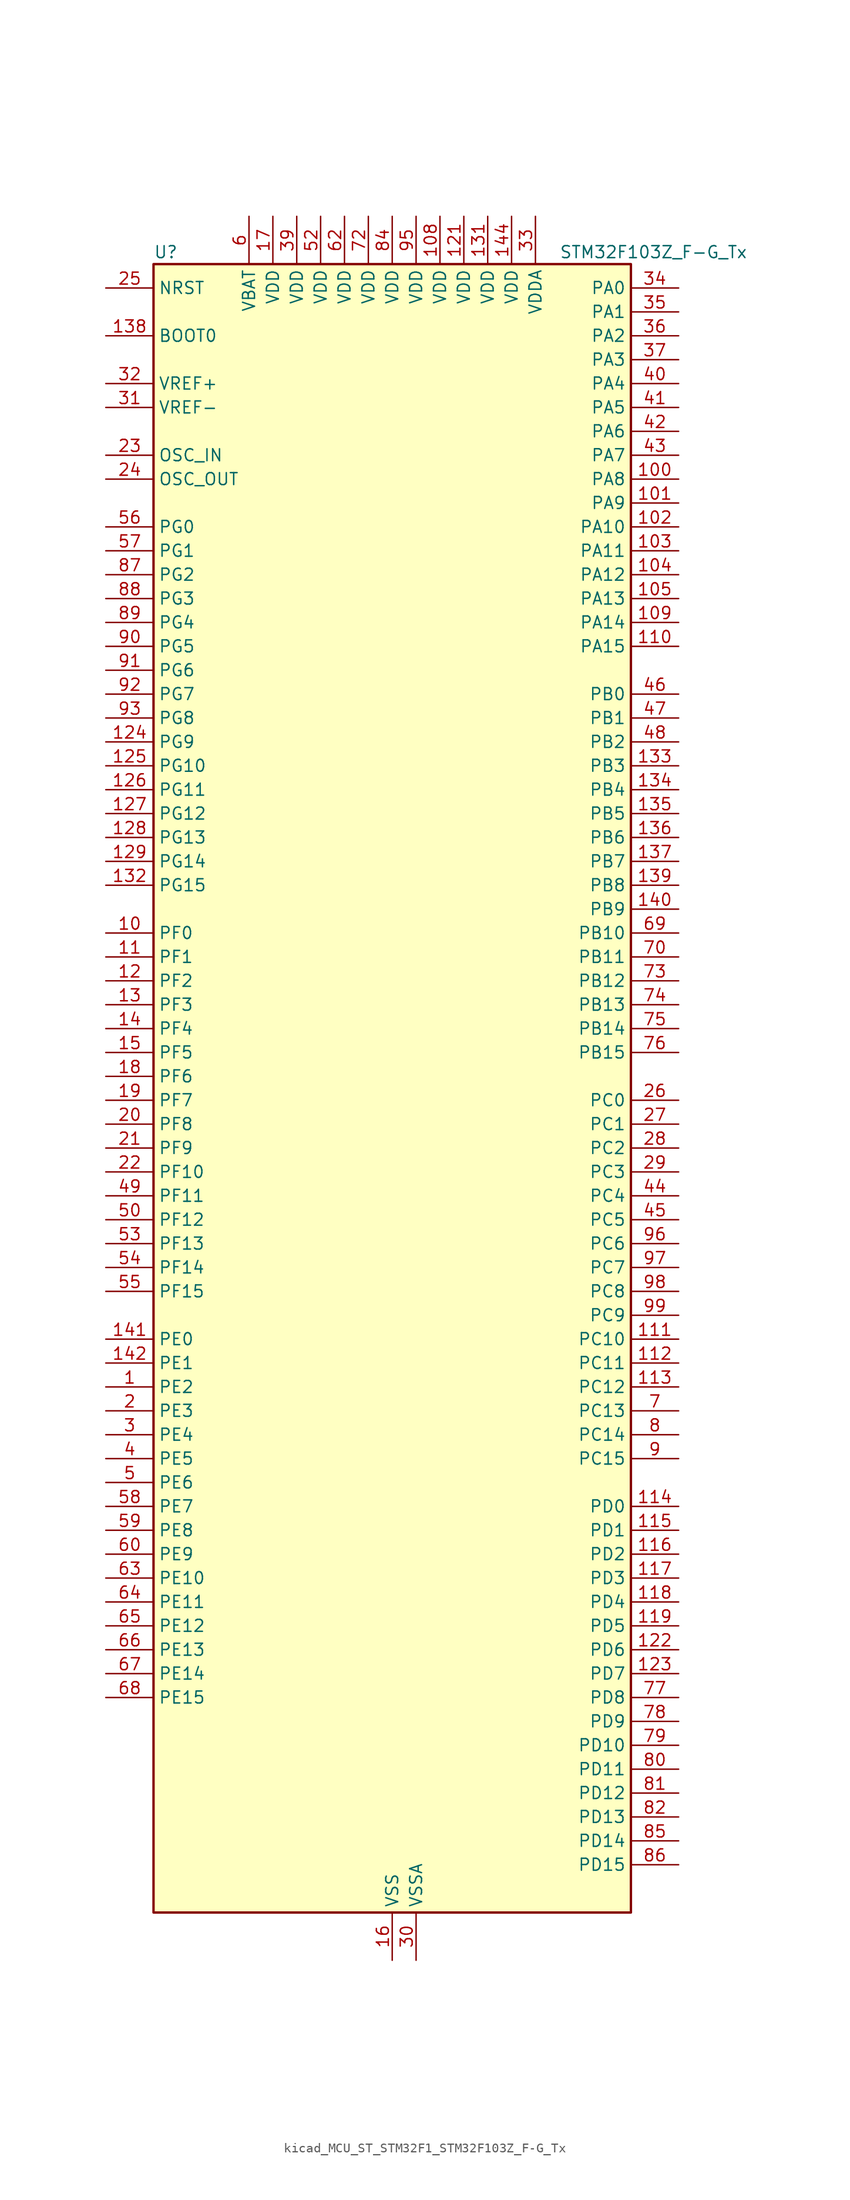
<source format=kicad_sym>
(kicad_symbol_lib
  (version 20220914)
  (generator kicad_symbol_editor)
  (symbol "kicad_MCU_ST_STM32F1_STM32F103Z_F-G_Tx"
    (property "Reference" "U"
      (at -25.4 90.17 0)
      (effects (font (size 1.27 1.27)) (justify left)))
    (property "Value" "STM32F103Z_F-G_Tx"
      (at 17.78 90.17 0)
      (effects (font (size 1.27 1.27)) (justify left)))
    (property "ki_locked" ""
      (at 0 0 0)
      (effects (font (size 1.27 1.27))))
    (symbol "kicad_MCU_ST_STM32F1_STM32F103Z_F-G_Tx_0_1"
      (rectangle (start -25.4 -86.36) (end 25.4 88.9) (stroke (width 0.254) (type default)) (fill (type background))))
    (symbol "kicad_MCU_ST_STM32F1_STM32F103Z_F-G_Tx_1_1"
      (pin bidirectional line (at -30.48 -30.48 0) (length 5.08) (name "PE2" (effects (font (size 1.27 1.27)))) (number "1" (effects (font (size 1.27 1.27)))) (alternate "FSMC_A23" bidirectional line) (alternate "SYS_TRACECLK" bidirectional line))
      (pin bidirectional line (at -30.48 17.78 0) (length 5.08) (name "PF0" (effects (font (size 1.27 1.27)))) (number "10" (effects (font (size 1.27 1.27)))) (alternate "FSMC_A0" bidirectional line))
      (pin bidirectional line (at 30.48 66.04 180) (length 5.08) (name "PA8" (effects (font (size 1.27 1.27)))) (number "100" (effects (font (size 1.27 1.27)))) (alternate "RCC_MCO" bidirectional line) (alternate "TIM1_CH1" bidirectional line) (alternate "USART1_CK" bidirectional line))
      (pin bidirectional line (at 30.48 63.5 180) (length 5.08) (name "PA9" (effects (font (size 1.27 1.27)))) (number "101" (effects (font (size 1.27 1.27)))) (alternate "DAC_EXTI9" bidirectional line) (alternate "TIM1_CH2" bidirectional line) (alternate "USART1_TX" bidirectional line))
      (pin bidirectional line (at 30.48 60.96 180) (length 5.08) (name "PA10" (effects (font (size 1.27 1.27)))) (number "102" (effects (font (size 1.27 1.27)))) (alternate "TIM1_CH3" bidirectional line) (alternate "USART1_RX" bidirectional line))
      (pin bidirectional line (at 30.48 58.42 180) (length 5.08) (name "PA11" (effects (font (size 1.27 1.27)))) (number "103" (effects (font (size 1.27 1.27)))) (alternate "ADC1_EXTI11" bidirectional line) (alternate "ADC2_EXTI11" bidirectional line) (alternate "CAN_RX" bidirectional line) (alternate "TIM1_CH4" bidirectional line) (alternate "USART1_CTS" bidirectional line) (alternate "USB_DM" bidirectional line))
      (pin bidirectional line (at 30.48 55.88 180) (length 5.08) (name "PA12" (effects (font (size 1.27 1.27)))) (number "104" (effects (font (size 1.27 1.27)))) (alternate "CAN_TX" bidirectional line) (alternate "TIM1_ETR" bidirectional line) (alternate "USART1_RTS" bidirectional line) (alternate "USB_DP" bidirectional line))
      (pin bidirectional line (at 30.48 53.34 180) (length 5.08) (name "PA13" (effects (font (size 1.27 1.27)))) (number "105" (effects (font (size 1.27 1.27)))) (alternate "SYS_JTMS-SWDIO" bidirectional line))
      (pin no_connect line (at -25.4 -86.36 0) (length 5.08) hide (name "NC" (effects (font (size 1.27 1.27)))) (number "106" (effects (font (size 1.27 1.27)))))
      (pin passive line (at 0 -91.44 90) (length 5.08) hide (name "VSS" (effects (font (size 1.27 1.27)))) (number "107" (effects (font (size 1.27 1.27)))))
      (pin power_in line (at 5.08 93.98 270) (length 5.08) (name "VDD" (effects (font (size 1.27 1.27)))) (number "108" (effects (font (size 1.27 1.27)))))
      (pin bidirectional line (at 30.48 50.8 180) (length 5.08) (name "PA14" (effects (font (size 1.27 1.27)))) (number "109" (effects (font (size 1.27 1.27)))) (alternate "SYS_JTCK-SWCLK" bidirectional line))
      (pin bidirectional line (at -30.48 15.24 0) (length 5.08) (name "PF1" (effects (font (size 1.27 1.27)))) (number "11" (effects (font (size 1.27 1.27)))) (alternate "FSMC_A1" bidirectional line))
      (pin bidirectional line (at 30.48 48.26 180) (length 5.08) (name "PA15" (effects (font (size 1.27 1.27)))) (number "110" (effects (font (size 1.27 1.27)))) (alternate "ADC1_EXTI15" bidirectional line) (alternate "ADC2_EXTI15" bidirectional line) (alternate "I2S3_WS" bidirectional line) (alternate "SPI1_NSS" bidirectional line) (alternate "SPI3_NSS" bidirectional line) (alternate "SYS_JTDI" bidirectional line) (alternate "TIM2_CH1" bidirectional line) (alternate "TIM2_ETR" bidirectional line))
      (pin bidirectional line (at 30.48 -25.4 180) (length 5.08) (name "PC10" (effects (font (size 1.27 1.27)))) (number "111" (effects (font (size 1.27 1.27)))) (alternate "SDIO_D2" bidirectional line) (alternate "UART4_TX" bidirectional line) (alternate "USART3_TX" bidirectional line))
      (pin bidirectional line (at 30.48 -27.94 180) (length 5.08) (name "PC11" (effects (font (size 1.27 1.27)))) (number "112" (effects (font (size 1.27 1.27)))) (alternate "ADC1_EXTI11" bidirectional line) (alternate "ADC2_EXTI11" bidirectional line) (alternate "SDIO_D3" bidirectional line) (alternate "UART4_RX" bidirectional line) (alternate "USART3_RX" bidirectional line))
      (pin bidirectional line (at 30.48 -30.48 180) (length 5.08) (name "PC12" (effects (font (size 1.27 1.27)))) (number "113" (effects (font (size 1.27 1.27)))) (alternate "SDIO_CK" bidirectional line) (alternate "UART5_TX" bidirectional line) (alternate "USART3_CK" bidirectional line))
      (pin bidirectional line (at 30.48 -43.18 180) (length 5.08) (name "PD0" (effects (font (size 1.27 1.27)))) (number "114" (effects (font (size 1.27 1.27)))) (alternate "CAN_RX" bidirectional line) (alternate "FSMC_D2" bidirectional line) (alternate "FSMC_DA2" bidirectional line))
      (pin bidirectional line (at 30.48 -45.72 180) (length 5.08) (name "PD1" (effects (font (size 1.27 1.27)))) (number "115" (effects (font (size 1.27 1.27)))) (alternate "CAN_TX" bidirectional line) (alternate "FSMC_D3" bidirectional line) (alternate "FSMC_DA3" bidirectional line))
      (pin bidirectional line (at 30.48 -48.26 180) (length 5.08) (name "PD2" (effects (font (size 1.27 1.27)))) (number "116" (effects (font (size 1.27 1.27)))) (alternate "SDIO_CMD" bidirectional line) (alternate "TIM3_ETR" bidirectional line) (alternate "UART5_RX" bidirectional line))
      (pin bidirectional line (at 30.48 -50.8 180) (length 5.08) (name "PD3" (effects (font (size 1.27 1.27)))) (number "117" (effects (font (size 1.27 1.27)))) (alternate "FSMC_CLK" bidirectional line) (alternate "USART2_CTS" bidirectional line))
      (pin bidirectional line (at 30.48 -53.34 180) (length 5.08) (name "PD4" (effects (font (size 1.27 1.27)))) (number "118" (effects (font (size 1.27 1.27)))) (alternate "FSMC_NOE" bidirectional line) (alternate "USART2_RTS" bidirectional line))
      (pin bidirectional line (at 30.48 -55.88 180) (length 5.08) (name "PD5" (effects (font (size 1.27 1.27)))) (number "119" (effects (font (size 1.27 1.27)))) (alternate "FSMC_NWE" bidirectional line) (alternate "USART2_TX" bidirectional line))
      (pin bidirectional line (at -30.48 12.7 0) (length 5.08) (name "PF2" (effects (font (size 1.27 1.27)))) (number "12" (effects (font (size 1.27 1.27)))) (alternate "FSMC_A2" bidirectional line))
      (pin passive line (at 0 -91.44 90) (length 5.08) hide (name "VSS" (effects (font (size 1.27 1.27)))) (number "120" (effects (font (size 1.27 1.27)))))
      (pin power_in line (at 7.62 93.98 270) (length 5.08) (name "VDD" (effects (font (size 1.27 1.27)))) (number "121" (effects (font (size 1.27 1.27)))))
      (pin bidirectional line (at 30.48 -58.42 180) (length 5.08) (name "PD6" (effects (font (size 1.27 1.27)))) (number "122" (effects (font (size 1.27 1.27)))) (alternate "FSMC_NWAIT" bidirectional line) (alternate "USART2_RX" bidirectional line))
      (pin bidirectional line (at 30.48 -60.96 180) (length 5.08) (name "PD7" (effects (font (size 1.27 1.27)))) (number "123" (effects (font (size 1.27 1.27)))) (alternate "FSMC_NCE2" bidirectional line) (alternate "FSMC_NE1" bidirectional line) (alternate "USART2_CK" bidirectional line))
      (pin bidirectional line (at -30.48 38.1 0) (length 5.08) (name "PG9" (effects (font (size 1.27 1.27)))) (number "124" (effects (font (size 1.27 1.27)))) (alternate "DAC_EXTI9" bidirectional line) (alternate "FSMC_NCE3" bidirectional line) (alternate "FSMC_NE2" bidirectional line))
      (pin bidirectional line (at -30.48 35.56 0) (length 5.08) (name "PG10" (effects (font (size 1.27 1.27)))) (number "125" (effects (font (size 1.27 1.27)))) (alternate "FSMC_NCE4_1" bidirectional line) (alternate "FSMC_NE3" bidirectional line))
      (pin bidirectional line (at -30.48 33.02 0) (length 5.08) (name "PG11" (effects (font (size 1.27 1.27)))) (number "126" (effects (font (size 1.27 1.27)))) (alternate "ADC1_EXTI11" bidirectional line) (alternate "ADC2_EXTI11" bidirectional line) (alternate "FSMC_NCE4_2" bidirectional line))
      (pin bidirectional line (at -30.48 30.48 0) (length 5.08) (name "PG12" (effects (font (size 1.27 1.27)))) (number "127" (effects (font (size 1.27 1.27)))) (alternate "FSMC_NE4" bidirectional line))
      (pin bidirectional line (at -30.48 27.94 0) (length 5.08) (name "PG13" (effects (font (size 1.27 1.27)))) (number "128" (effects (font (size 1.27 1.27)))) (alternate "FSMC_A24" bidirectional line))
      (pin bidirectional line (at -30.48 25.4 0) (length 5.08) (name "PG14" (effects (font (size 1.27 1.27)))) (number "129" (effects (font (size 1.27 1.27)))) (alternate "FSMC_A25" bidirectional line))
      (pin bidirectional line (at -30.48 10.16 0) (length 5.08) (name "PF3" (effects (font (size 1.27 1.27)))) (number "13" (effects (font (size 1.27 1.27)))) (alternate "FSMC_A3" bidirectional line))
      (pin passive line (at 0 -91.44 90) (length 5.08) hide (name "VSS" (effects (font (size 1.27 1.27)))) (number "130" (effects (font (size 1.27 1.27)))))
      (pin power_in line (at 10.16 93.98 270) (length 5.08) (name "VDD" (effects (font (size 1.27 1.27)))) (number "131" (effects (font (size 1.27 1.27)))))
      (pin bidirectional line (at -30.48 22.86 0) (length 5.08) (name "PG15" (effects (font (size 1.27 1.27)))) (number "132" (effects (font (size 1.27 1.27)))) (alternate "ADC1_EXTI15" bidirectional line) (alternate "ADC2_EXTI15" bidirectional line))
      (pin bidirectional line (at 30.48 35.56 180) (length 5.08) (name "PB3" (effects (font (size 1.27 1.27)))) (number "133" (effects (font (size 1.27 1.27)))) (alternate "I2S3_CK" bidirectional line) (alternate "SPI1_SCK" bidirectional line) (alternate "SPI3_SCK" bidirectional line) (alternate "SYS_JTDO-TRACESWO" bidirectional line) (alternate "TIM2_CH2" bidirectional line))
      (pin bidirectional line (at 30.48 33.02 180) (length 5.08) (name "PB4" (effects (font (size 1.27 1.27)))) (number "134" (effects (font (size 1.27 1.27)))) (alternate "SPI1_MISO" bidirectional line) (alternate "SPI3_MISO" bidirectional line) (alternate "SYS_NJTRST" bidirectional line) (alternate "TIM3_CH1" bidirectional line))
      (pin bidirectional line (at 30.48 30.48 180) (length 5.08) (name "PB5" (effects (font (size 1.27 1.27)))) (number "135" (effects (font (size 1.27 1.27)))) (alternate "I2C1_SMBA" bidirectional line) (alternate "I2S3_SD" bidirectional line) (alternate "SPI1_MOSI" bidirectional line) (alternate "SPI3_MOSI" bidirectional line) (alternate "TIM3_CH2" bidirectional line))
      (pin bidirectional line (at 30.48 27.94 180) (length 5.08) (name "PB6" (effects (font (size 1.27 1.27)))) (number "136" (effects (font (size 1.27 1.27)))) (alternate "I2C1_SCL" bidirectional line) (alternate "TIM4_CH1" bidirectional line) (alternate "USART1_TX" bidirectional line))
      (pin bidirectional line (at 30.48 25.4 180) (length 5.08) (name "PB7" (effects (font (size 1.27 1.27)))) (number "137" (effects (font (size 1.27 1.27)))) (alternate "FSMC_NL" bidirectional line) (alternate "I2C1_SDA" bidirectional line) (alternate "TIM4_CH2" bidirectional line) (alternate "USART1_RX" bidirectional line))
      (pin input line (at -30.48 81.28 0) (length 5.08) (name "BOOT0" (effects (font (size 1.27 1.27)))) (number "138" (effects (font (size 1.27 1.27)))))
      (pin bidirectional line (at 30.48 22.86 180) (length 5.08) (name "PB8" (effects (font (size 1.27 1.27)))) (number "139" (effects (font (size 1.27 1.27)))) (alternate "CAN_RX" bidirectional line) (alternate "I2C1_SCL" bidirectional line) (alternate "SDIO_D4" bidirectional line) (alternate "TIM10_CH1" bidirectional line) (alternate "TIM4_CH3" bidirectional line))
      (pin bidirectional line (at -30.48 7.62 0) (length 5.08) (name "PF4" (effects (font (size 1.27 1.27)))) (number "14" (effects (font (size 1.27 1.27)))) (alternate "FSMC_A4" bidirectional line))
      (pin bidirectional line (at 30.48 20.32 180) (length 5.08) (name "PB9" (effects (font (size 1.27 1.27)))) (number "140" (effects (font (size 1.27 1.27)))) (alternate "CAN_TX" bidirectional line) (alternate "DAC_EXTI9" bidirectional line) (alternate "I2C1_SDA" bidirectional line) (alternate "SDIO_D5" bidirectional line) (alternate "TIM11_CH1" bidirectional line) (alternate "TIM4_CH4" bidirectional line))
      (pin bidirectional line (at -30.48 -25.4 0) (length 5.08) (name "PE0" (effects (font (size 1.27 1.27)))) (number "141" (effects (font (size 1.27 1.27)))) (alternate "FSMC_NBL0" bidirectional line) (alternate "TIM4_ETR" bidirectional line))
      (pin bidirectional line (at -30.48 -27.94 0) (length 5.08) (name "PE1" (effects (font (size 1.27 1.27)))) (number "142" (effects (font (size 1.27 1.27)))) (alternate "FSMC_NBL1" bidirectional line))
      (pin passive line (at 0 -91.44 90) (length 5.08) hide (name "VSS" (effects (font (size 1.27 1.27)))) (number "143" (effects (font (size 1.27 1.27)))))
      (pin power_in line (at 12.7 93.98 270) (length 5.08) (name "VDD" (effects (font (size 1.27 1.27)))) (number "144" (effects (font (size 1.27 1.27)))))
      (pin bidirectional line (at -30.48 5.08 0) (length 5.08) (name "PF5" (effects (font (size 1.27 1.27)))) (number "15" (effects (font (size 1.27 1.27)))) (alternate "FSMC_A5" bidirectional line))
      (pin power_in line (at 0 -91.44 90) (length 5.08) (name "VSS" (effects (font (size 1.27 1.27)))) (number "16" (effects (font (size 1.27 1.27)))))
      (pin power_in line (at -12.7 93.98 270) (length 5.08) (name "VDD" (effects (font (size 1.27 1.27)))) (number "17" (effects (font (size 1.27 1.27)))))
      (pin bidirectional line (at -30.48 2.54 0) (length 5.08) (name "PF6" (effects (font (size 1.27 1.27)))) (number "18" (effects (font (size 1.27 1.27)))) (alternate "ADC3_IN4" bidirectional line) (alternate "FSMC_NIORD" bidirectional line) (alternate "TIM10_CH1" bidirectional line))
      (pin bidirectional line (at -30.48 0 0) (length 5.08) (name "PF7" (effects (font (size 1.27 1.27)))) (number "19" (effects (font (size 1.27 1.27)))) (alternate "ADC3_IN5" bidirectional line) (alternate "FSMC_NREG" bidirectional line) (alternate "TIM11_CH1" bidirectional line))
      (pin bidirectional line (at -30.48 -33.02 0) (length 5.08) (name "PE3" (effects (font (size 1.27 1.27)))) (number "2" (effects (font (size 1.27 1.27)))) (alternate "FSMC_A19" bidirectional line) (alternate "SYS_TRACED0" bidirectional line))
      (pin bidirectional line (at -30.48 -2.54 0) (length 5.08) (name "PF8" (effects (font (size 1.27 1.27)))) (number "20" (effects (font (size 1.27 1.27)))) (alternate "ADC3_IN6" bidirectional line) (alternate "FSMC_NIOWR" bidirectional line) (alternate "TIM13_CH1" bidirectional line))
      (pin bidirectional line (at -30.48 -5.08 0) (length 5.08) (name "PF9" (effects (font (size 1.27 1.27)))) (number "21" (effects (font (size 1.27 1.27)))) (alternate "ADC3_IN7" bidirectional line) (alternate "DAC_EXTI9" bidirectional line) (alternate "FSMC_CD" bidirectional line) (alternate "TIM14_CH1" bidirectional line))
      (pin bidirectional line (at -30.48 -7.62 0) (length 5.08) (name "PF10" (effects (font (size 1.27 1.27)))) (number "22" (effects (font (size 1.27 1.27)))) (alternate "ADC3_IN8" bidirectional line) (alternate "FSMC_INTR" bidirectional line))
      (pin input line (at -30.48 68.58 0) (length 5.08) (name "OSC_IN" (effects (font (size 1.27 1.27)))) (number "23" (effects (font (size 1.27 1.27)))) (alternate "RCC_OSC_IN" bidirectional line))
      (pin input line (at -30.48 66.04 0) (length 5.08) (name "OSC_OUT" (effects (font (size 1.27 1.27)))) (number "24" (effects (font (size 1.27 1.27)))) (alternate "RCC_OSC_OUT" bidirectional line))
      (pin input line (at -30.48 86.36 0) (length 5.08) (name "NRST" (effects (font (size 1.27 1.27)))) (number "25" (effects (font (size 1.27 1.27)))))
      (pin bidirectional line (at 30.48 0 180) (length 5.08) (name "PC0" (effects (font (size 1.27 1.27)))) (number "26" (effects (font (size 1.27 1.27)))) (alternate "ADC1_IN10" bidirectional line) (alternate "ADC2_IN10" bidirectional line) (alternate "ADC3_IN10" bidirectional line))
      (pin bidirectional line (at 30.48 -2.54 180) (length 5.08) (name "PC1" (effects (font (size 1.27 1.27)))) (number "27" (effects (font (size 1.27 1.27)))) (alternate "ADC1_IN11" bidirectional line) (alternate "ADC2_IN11" bidirectional line) (alternate "ADC3_IN11" bidirectional line))
      (pin bidirectional line (at 30.48 -5.08 180) (length 5.08) (name "PC2" (effects (font (size 1.27 1.27)))) (number "28" (effects (font (size 1.27 1.27)))) (alternate "ADC1_IN12" bidirectional line) (alternate "ADC2_IN12" bidirectional line) (alternate "ADC3_IN12" bidirectional line))
      (pin bidirectional line (at 30.48 -7.62 180) (length 5.08) (name "PC3" (effects (font (size 1.27 1.27)))) (number "29" (effects (font (size 1.27 1.27)))) (alternate "ADC1_IN13" bidirectional line) (alternate "ADC2_IN13" bidirectional line) (alternate "ADC3_IN13" bidirectional line))
      (pin bidirectional line (at -30.48 -35.56 0) (length 5.08) (name "PE4" (effects (font (size 1.27 1.27)))) (number "3" (effects (font (size 1.27 1.27)))) (alternate "FSMC_A20" bidirectional line) (alternate "SYS_TRACED1" bidirectional line))
      (pin power_in line (at 2.54 -91.44 90) (length 5.08) (name "VSSA" (effects (font (size 1.27 1.27)))) (number "30" (effects (font (size 1.27 1.27)))))
      (pin input line (at -30.48 73.66 0) (length 5.08) (name "VREF-" (effects (font (size 1.27 1.27)))) (number "31" (effects (font (size 1.27 1.27)))))
      (pin input line (at -30.48 76.2 0) (length 5.08) (name "VREF+" (effects (font (size 1.27 1.27)))) (number "32" (effects (font (size 1.27 1.27)))))
      (pin power_in line (at 15.24 93.98 270) (length 5.08) (name "VDDA" (effects (font (size 1.27 1.27)))) (number "33" (effects (font (size 1.27 1.27)))))
      (pin bidirectional line (at 30.48 86.36 180) (length 5.08) (name "PA0" (effects (font (size 1.27 1.27)))) (number "34" (effects (font (size 1.27 1.27)))) (alternate "ADC1_IN0" bidirectional line) (alternate "ADC2_IN0" bidirectional line) (alternate "ADC3_IN0" bidirectional line) (alternate "SYS_WKUP" bidirectional line) (alternate "TIM2_CH1" bidirectional line) (alternate "TIM2_ETR" bidirectional line) (alternate "TIM5_CH1" bidirectional line) (alternate "TIM8_ETR" bidirectional line) (alternate "USART2_CTS" bidirectional line))
      (pin bidirectional line (at 30.48 83.82 180) (length 5.08) (name "PA1" (effects (font (size 1.27 1.27)))) (number "35" (effects (font (size 1.27 1.27)))) (alternate "ADC1_IN1" bidirectional line) (alternate "ADC2_IN1" bidirectional line) (alternate "ADC3_IN1" bidirectional line) (alternate "TIM2_CH2" bidirectional line) (alternate "TIM5_CH2" bidirectional line) (alternate "USART2_RTS" bidirectional line))
      (pin bidirectional line (at 30.48 81.28 180) (length 5.08) (name "PA2" (effects (font (size 1.27 1.27)))) (number "36" (effects (font (size 1.27 1.27)))) (alternate "ADC1_IN2" bidirectional line) (alternate "ADC2_IN2" bidirectional line) (alternate "ADC3_IN2" bidirectional line) (alternate "TIM2_CH3" bidirectional line) (alternate "TIM5_CH3" bidirectional line) (alternate "TIM9_CH1" bidirectional line) (alternate "USART2_TX" bidirectional line))
      (pin bidirectional line (at 30.48 78.74 180) (length 5.08) (name "PA3" (effects (font (size 1.27 1.27)))) (number "37" (effects (font (size 1.27 1.27)))) (alternate "ADC1_IN3" bidirectional line) (alternate "ADC2_IN3" bidirectional line) (alternate "ADC3_IN3" bidirectional line) (alternate "TIM2_CH4" bidirectional line) (alternate "TIM5_CH4" bidirectional line) (alternate "TIM9_CH2" bidirectional line) (alternate "USART2_RX" bidirectional line))
      (pin passive line (at 0 -91.44 90) (length 5.08) hide (name "VSS" (effects (font (size 1.27 1.27)))) (number "38" (effects (font (size 1.27 1.27)))))
      (pin power_in line (at -10.16 93.98 270) (length 5.08) (name "VDD" (effects (font (size 1.27 1.27)))) (number "39" (effects (font (size 1.27 1.27)))))
      (pin bidirectional line (at -30.48 -38.1 0) (length 5.08) (name "PE5" (effects (font (size 1.27 1.27)))) (number "4" (effects (font (size 1.27 1.27)))) (alternate "FSMC_A21" bidirectional line) (alternate "SYS_TRACED2" bidirectional line) (alternate "TIM9_CH1" bidirectional line))
      (pin bidirectional line (at 30.48 76.2 180) (length 5.08) (name "PA4" (effects (font (size 1.27 1.27)))) (number "40" (effects (font (size 1.27 1.27)))) (alternate "ADC1_IN4" bidirectional line) (alternate "ADC2_IN4" bidirectional line) (alternate "DAC_OUT1" bidirectional line) (alternate "SPI1_NSS" bidirectional line) (alternate "USART2_CK" bidirectional line))
      (pin bidirectional line (at 30.48 73.66 180) (length 5.08) (name "PA5" (effects (font (size 1.27 1.27)))) (number "41" (effects (font (size 1.27 1.27)))) (alternate "ADC1_IN5" bidirectional line) (alternate "ADC2_IN5" bidirectional line) (alternate "DAC_OUT2" bidirectional line) (alternate "SPI1_SCK" bidirectional line))
      (pin bidirectional line (at 30.48 71.12 180) (length 5.08) (name "PA6" (effects (font (size 1.27 1.27)))) (number "42" (effects (font (size 1.27 1.27)))) (alternate "ADC1_IN6" bidirectional line) (alternate "ADC2_IN6" bidirectional line) (alternate "SPI1_MISO" bidirectional line) (alternate "TIM13_CH1" bidirectional line) (alternate "TIM1_BKIN" bidirectional line) (alternate "TIM3_CH1" bidirectional line) (alternate "TIM8_BKIN" bidirectional line))
      (pin bidirectional line (at 30.48 68.58 180) (length 5.08) (name "PA7" (effects (font (size 1.27 1.27)))) (number "43" (effects (font (size 1.27 1.27)))) (alternate "ADC1_IN7" bidirectional line) (alternate "ADC2_IN7" bidirectional line) (alternate "SPI1_MOSI" bidirectional line) (alternate "TIM14_CH1" bidirectional line) (alternate "TIM1_CH1N" bidirectional line) (alternate "TIM3_CH2" bidirectional line) (alternate "TIM8_CH1N" bidirectional line))
      (pin bidirectional line (at 30.48 -10.16 180) (length 5.08) (name "PC4" (effects (font (size 1.27 1.27)))) (number "44" (effects (font (size 1.27 1.27)))) (alternate "ADC1_IN14" bidirectional line) (alternate "ADC2_IN14" bidirectional line))
      (pin bidirectional line (at 30.48 -12.7 180) (length 5.08) (name "PC5" (effects (font (size 1.27 1.27)))) (number "45" (effects (font (size 1.27 1.27)))) (alternate "ADC1_IN15" bidirectional line) (alternate "ADC2_IN15" bidirectional line))
      (pin bidirectional line (at 30.48 43.18 180) (length 5.08) (name "PB0" (effects (font (size 1.27 1.27)))) (number "46" (effects (font (size 1.27 1.27)))) (alternate "ADC1_IN8" bidirectional line) (alternate "ADC2_IN8" bidirectional line) (alternate "TIM1_CH2N" bidirectional line) (alternate "TIM3_CH3" bidirectional line) (alternate "TIM8_CH2N" bidirectional line))
      (pin bidirectional line (at 30.48 40.64 180) (length 5.08) (name "PB1" (effects (font (size 1.27 1.27)))) (number "47" (effects (font (size 1.27 1.27)))) (alternate "ADC1_IN9" bidirectional line) (alternate "ADC2_IN9" bidirectional line) (alternate "TIM1_CH3N" bidirectional line) (alternate "TIM3_CH4" bidirectional line) (alternate "TIM8_CH3N" bidirectional line))
      (pin bidirectional line (at 30.48 38.1 180) (length 5.08) (name "PB2" (effects (font (size 1.27 1.27)))) (number "48" (effects (font (size 1.27 1.27)))))
      (pin bidirectional line (at -30.48 -10.16 0) (length 5.08) (name "PF11" (effects (font (size 1.27 1.27)))) (number "49" (effects (font (size 1.27 1.27)))) (alternate "ADC1_EXTI11" bidirectional line) (alternate "ADC2_EXTI11" bidirectional line) (alternate "FSMC_NIOS16" bidirectional line))
      (pin bidirectional line (at -30.48 -40.64 0) (length 5.08) (name "PE6" (effects (font (size 1.27 1.27)))) (number "5" (effects (font (size 1.27 1.27)))) (alternate "FSMC_A22" bidirectional line) (alternate "SYS_TRACED3" bidirectional line) (alternate "TIM9_CH2" bidirectional line))
      (pin bidirectional line (at -30.48 -12.7 0) (length 5.08) (name "PF12" (effects (font (size 1.27 1.27)))) (number "50" (effects (font (size 1.27 1.27)))) (alternate "FSMC_A6" bidirectional line))
      (pin passive line (at 0 -91.44 90) (length 5.08) hide (name "VSS" (effects (font (size 1.27 1.27)))) (number "51" (effects (font (size 1.27 1.27)))))
      (pin power_in line (at -7.62 93.98 270) (length 5.08) (name "VDD" (effects (font (size 1.27 1.27)))) (number "52" (effects (font (size 1.27 1.27)))))
      (pin bidirectional line (at -30.48 -15.24 0) (length 5.08) (name "PF13" (effects (font (size 1.27 1.27)))) (number "53" (effects (font (size 1.27 1.27)))) (alternate "FSMC_A7" bidirectional line))
      (pin bidirectional line (at -30.48 -17.78 0) (length 5.08) (name "PF14" (effects (font (size 1.27 1.27)))) (number "54" (effects (font (size 1.27 1.27)))) (alternate "FSMC_A8" bidirectional line))
      (pin bidirectional line (at -30.48 -20.32 0) (length 5.08) (name "PF15" (effects (font (size 1.27 1.27)))) (number "55" (effects (font (size 1.27 1.27)))) (alternate "ADC1_EXTI15" bidirectional line) (alternate "ADC2_EXTI15" bidirectional line) (alternate "FSMC_A9" bidirectional line))
      (pin bidirectional line (at -30.48 60.96 0) (length 5.08) (name "PG0" (effects (font (size 1.27 1.27)))) (number "56" (effects (font (size 1.27 1.27)))) (alternate "FSMC_A10" bidirectional line))
      (pin bidirectional line (at -30.48 58.42 0) (length 5.08) (name "PG1" (effects (font (size 1.27 1.27)))) (number "57" (effects (font (size 1.27 1.27)))) (alternate "FSMC_A11" bidirectional line))
      (pin bidirectional line (at -30.48 -43.18 0) (length 5.08) (name "PE7" (effects (font (size 1.27 1.27)))) (number "58" (effects (font (size 1.27 1.27)))) (alternate "FSMC_D4" bidirectional line) (alternate "FSMC_DA4" bidirectional line) (alternate "TIM1_ETR" bidirectional line))
      (pin bidirectional line (at -30.48 -45.72 0) (length 5.08) (name "PE8" (effects (font (size 1.27 1.27)))) (number "59" (effects (font (size 1.27 1.27)))) (alternate "FSMC_D5" bidirectional line) (alternate "FSMC_DA5" bidirectional line) (alternate "TIM1_CH1N" bidirectional line))
      (pin power_in line (at -15.24 93.98 270) (length 5.08) (name "VBAT" (effects (font (size 1.27 1.27)))) (number "6" (effects (font (size 1.27 1.27)))))
      (pin bidirectional line (at -30.48 -48.26 0) (length 5.08) (name "PE9" (effects (font (size 1.27 1.27)))) (number "60" (effects (font (size 1.27 1.27)))) (alternate "DAC_EXTI9" bidirectional line) (alternate "FSMC_D6" bidirectional line) (alternate "FSMC_DA6" bidirectional line) (alternate "TIM1_CH1" bidirectional line))
      (pin passive line (at 0 -91.44 90) (length 5.08) hide (name "VSS" (effects (font (size 1.27 1.27)))) (number "61" (effects (font (size 1.27 1.27)))))
      (pin power_in line (at -5.08 93.98 270) (length 5.08) (name "VDD" (effects (font (size 1.27 1.27)))) (number "62" (effects (font (size 1.27 1.27)))))
      (pin bidirectional line (at -30.48 -50.8 0) (length 5.08) (name "PE10" (effects (font (size 1.27 1.27)))) (number "63" (effects (font (size 1.27 1.27)))) (alternate "FSMC_D7" bidirectional line) (alternate "FSMC_DA7" bidirectional line) (alternate "TIM1_CH2N" bidirectional line))
      (pin bidirectional line (at -30.48 -53.34 0) (length 5.08) (name "PE11" (effects (font (size 1.27 1.27)))) (number "64" (effects (font (size 1.27 1.27)))) (alternate "ADC1_EXTI11" bidirectional line) (alternate "ADC2_EXTI11" bidirectional line) (alternate "FSMC_D8" bidirectional line) (alternate "FSMC_DA8" bidirectional line) (alternate "TIM1_CH2" bidirectional line))
      (pin bidirectional line (at -30.48 -55.88 0) (length 5.08) (name "PE12" (effects (font (size 1.27 1.27)))) (number "65" (effects (font (size 1.27 1.27)))) (alternate "FSMC_D9" bidirectional line) (alternate "FSMC_DA9" bidirectional line) (alternate "TIM1_CH3N" bidirectional line))
      (pin bidirectional line (at -30.48 -58.42 0) (length 5.08) (name "PE13" (effects (font (size 1.27 1.27)))) (number "66" (effects (font (size 1.27 1.27)))) (alternate "FSMC_D10" bidirectional line) (alternate "FSMC_DA10" bidirectional line) (alternate "TIM1_CH3" bidirectional line))
      (pin bidirectional line (at -30.48 -60.96 0) (length 5.08) (name "PE14" (effects (font (size 1.27 1.27)))) (number "67" (effects (font (size 1.27 1.27)))) (alternate "FSMC_D11" bidirectional line) (alternate "FSMC_DA11" bidirectional line) (alternate "TIM1_CH4" bidirectional line))
      (pin bidirectional line (at -30.48 -63.5 0) (length 5.08) (name "PE15" (effects (font (size 1.27 1.27)))) (number "68" (effects (font (size 1.27 1.27)))) (alternate "ADC1_EXTI15" bidirectional line) (alternate "ADC2_EXTI15" bidirectional line) (alternate "FSMC_D12" bidirectional line) (alternate "FSMC_DA12" bidirectional line) (alternate "TIM1_BKIN" bidirectional line))
      (pin bidirectional line (at 30.48 17.78 180) (length 5.08) (name "PB10" (effects (font (size 1.27 1.27)))) (number "69" (effects (font (size 1.27 1.27)))) (alternate "I2C2_SCL" bidirectional line) (alternate "TIM2_CH3" bidirectional line) (alternate "USART3_TX" bidirectional line))
      (pin bidirectional line (at 30.48 -33.02 180) (length 5.08) (name "PC13" (effects (font (size 1.27 1.27)))) (number "7" (effects (font (size 1.27 1.27)))) (alternate "RTC_OUT" bidirectional line) (alternate "RTC_TAMPER" bidirectional line))
      (pin bidirectional line (at 30.48 15.24 180) (length 5.08) (name "PB11" (effects (font (size 1.27 1.27)))) (number "70" (effects (font (size 1.27 1.27)))) (alternate "ADC1_EXTI11" bidirectional line) (alternate "ADC2_EXTI11" bidirectional line) (alternate "I2C2_SDA" bidirectional line) (alternate "TIM2_CH4" bidirectional line) (alternate "USART3_RX" bidirectional line))
      (pin passive line (at 0 -91.44 90) (length 5.08) hide (name "VSS" (effects (font (size 1.27 1.27)))) (number "71" (effects (font (size 1.27 1.27)))))
      (pin power_in line (at -2.54 93.98 270) (length 5.08) (name "VDD" (effects (font (size 1.27 1.27)))) (number "72" (effects (font (size 1.27 1.27)))))
      (pin bidirectional line (at 30.48 12.7 180) (length 5.08) (name "PB12" (effects (font (size 1.27 1.27)))) (number "73" (effects (font (size 1.27 1.27)))) (alternate "I2C2_SMBA" bidirectional line) (alternate "I2S2_WS" bidirectional line) (alternate "SPI2_NSS" bidirectional line) (alternate "TIM1_BKIN" bidirectional line) (alternate "USART3_CK" bidirectional line))
      (pin bidirectional line (at 30.48 10.16 180) (length 5.08) (name "PB13" (effects (font (size 1.27 1.27)))) (number "74" (effects (font (size 1.27 1.27)))) (alternate "I2S2_CK" bidirectional line) (alternate "SPI2_SCK" bidirectional line) (alternate "TIM1_CH1N" bidirectional line) (alternate "USART3_CTS" bidirectional line))
      (pin bidirectional line (at 30.48 7.62 180) (length 5.08) (name "PB14" (effects (font (size 1.27 1.27)))) (number "75" (effects (font (size 1.27 1.27)))) (alternate "SPI2_MISO" bidirectional line) (alternate "TIM12_CH1" bidirectional line) (alternate "TIM1_CH2N" bidirectional line) (alternate "USART3_RTS" bidirectional line))
      (pin bidirectional line (at 30.48 5.08 180) (length 5.08) (name "PB15" (effects (font (size 1.27 1.27)))) (number "76" (effects (font (size 1.27 1.27)))) (alternate "ADC1_EXTI15" bidirectional line) (alternate "ADC2_EXTI15" bidirectional line) (alternate "I2S2_SD" bidirectional line) (alternate "SPI2_MOSI" bidirectional line) (alternate "TIM12_CH2" bidirectional line) (alternate "TIM1_CH3N" bidirectional line))
      (pin bidirectional line (at 30.48 -63.5 180) (length 5.08) (name "PD8" (effects (font (size 1.27 1.27)))) (number "77" (effects (font (size 1.27 1.27)))) (alternate "FSMC_D13" bidirectional line) (alternate "FSMC_DA13" bidirectional line) (alternate "USART3_TX" bidirectional line))
      (pin bidirectional line (at 30.48 -66.04 180) (length 5.08) (name "PD9" (effects (font (size 1.27 1.27)))) (number "78" (effects (font (size 1.27 1.27)))) (alternate "DAC_EXTI9" bidirectional line) (alternate "FSMC_D14" bidirectional line) (alternate "FSMC_DA14" bidirectional line) (alternate "USART3_RX" bidirectional line))
      (pin bidirectional line (at 30.48 -68.58 180) (length 5.08) (name "PD10" (effects (font (size 1.27 1.27)))) (number "79" (effects (font (size 1.27 1.27)))) (alternate "FSMC_D15" bidirectional line) (alternate "FSMC_DA15" bidirectional line) (alternate "USART3_CK" bidirectional line))
      (pin bidirectional line (at 30.48 -35.56 180) (length 5.08) (name "PC14" (effects (font (size 1.27 1.27)))) (number "8" (effects (font (size 1.27 1.27)))) (alternate "RCC_OSC32_IN" bidirectional line))
      (pin bidirectional line (at 30.48 -71.12 180) (length 5.08) (name "PD11" (effects (font (size 1.27 1.27)))) (number "80" (effects (font (size 1.27 1.27)))) (alternate "ADC1_EXTI11" bidirectional line) (alternate "ADC2_EXTI11" bidirectional line) (alternate "FSMC_A16" bidirectional line) (alternate "FSMC_CLE" bidirectional line) (alternate "USART3_CTS" bidirectional line))
      (pin bidirectional line (at 30.48 -73.66 180) (length 5.08) (name "PD12" (effects (font (size 1.27 1.27)))) (number "81" (effects (font (size 1.27 1.27)))) (alternate "FSMC_A17" bidirectional line) (alternate "FSMC_ALE" bidirectional line) (alternate "TIM4_CH1" bidirectional line) (alternate "USART3_RTS" bidirectional line))
      (pin bidirectional line (at 30.48 -76.2 180) (length 5.08) (name "PD13" (effects (font (size 1.27 1.27)))) (number "82" (effects (font (size 1.27 1.27)))) (alternate "FSMC_A18" bidirectional line) (alternate "TIM4_CH2" bidirectional line))
      (pin passive line (at 0 -91.44 90) (length 5.08) hide (name "VSS" (effects (font (size 1.27 1.27)))) (number "83" (effects (font (size 1.27 1.27)))))
      (pin power_in line (at 0 93.98 270) (length 5.08) (name "VDD" (effects (font (size 1.27 1.27)))) (number "84" (effects (font (size 1.27 1.27)))))
      (pin bidirectional line (at 30.48 -78.74 180) (length 5.08) (name "PD14" (effects (font (size 1.27 1.27)))) (number "85" (effects (font (size 1.27 1.27)))) (alternate "FSMC_D0" bidirectional line) (alternate "FSMC_DA0" bidirectional line) (alternate "TIM4_CH3" bidirectional line))
      (pin bidirectional line (at 30.48 -81.28 180) (length 5.08) (name "PD15" (effects (font (size 1.27 1.27)))) (number "86" (effects (font (size 1.27 1.27)))) (alternate "ADC1_EXTI15" bidirectional line) (alternate "ADC2_EXTI15" bidirectional line) (alternate "FSMC_D1" bidirectional line) (alternate "FSMC_DA1" bidirectional line) (alternate "TIM4_CH4" bidirectional line))
      (pin bidirectional line (at -30.48 55.88 0) (length 5.08) (name "PG2" (effects (font (size 1.27 1.27)))) (number "87" (effects (font (size 1.27 1.27)))) (alternate "FSMC_A12" bidirectional line))
      (pin bidirectional line (at -30.48 53.34 0) (length 5.08) (name "PG3" (effects (font (size 1.27 1.27)))) (number "88" (effects (font (size 1.27 1.27)))) (alternate "FSMC_A13" bidirectional line))
      (pin bidirectional line (at -30.48 50.8 0) (length 5.08) (name "PG4" (effects (font (size 1.27 1.27)))) (number "89" (effects (font (size 1.27 1.27)))) (alternate "FSMC_A14" bidirectional line))
      (pin bidirectional line (at 30.48 -38.1 180) (length 5.08) (name "PC15" (effects (font (size 1.27 1.27)))) (number "9" (effects (font (size 1.27 1.27)))) (alternate "ADC1_EXTI15" bidirectional line) (alternate "ADC2_EXTI15" bidirectional line) (alternate "RCC_OSC32_OUT" bidirectional line))
      (pin bidirectional line (at -30.48 48.26 0) (length 5.08) (name "PG5" (effects (font (size 1.27 1.27)))) (number "90" (effects (font (size 1.27 1.27)))) (alternate "FSMC_A15" bidirectional line))
      (pin bidirectional line (at -30.48 45.72 0) (length 5.08) (name "PG6" (effects (font (size 1.27 1.27)))) (number "91" (effects (font (size 1.27 1.27)))) (alternate "FSMC_INT2" bidirectional line))
      (pin bidirectional line (at -30.48 43.18 0) (length 5.08) (name "PG7" (effects (font (size 1.27 1.27)))) (number "92" (effects (font (size 1.27 1.27)))) (alternate "FSMC_INT3" bidirectional line))
      (pin bidirectional line (at -30.48 40.64 0) (length 5.08) (name "PG8" (effects (font (size 1.27 1.27)))) (number "93" (effects (font (size 1.27 1.27)))))
      (pin passive line (at 0 -91.44 90) (length 5.08) hide (name "VSS" (effects (font (size 1.27 1.27)))) (number "94" (effects (font (size 1.27 1.27)))))
      (pin power_in line (at 2.54 93.98 270) (length 5.08) (name "VDD" (effects (font (size 1.27 1.27)))) (number "95" (effects (font (size 1.27 1.27)))))
      (pin bidirectional line (at 30.48 -15.24 180) (length 5.08) (name "PC6" (effects (font (size 1.27 1.27)))) (number "96" (effects (font (size 1.27 1.27)))) (alternate "I2S2_MCK" bidirectional line) (alternate "SDIO_D6" bidirectional line) (alternate "TIM3_CH1" bidirectional line) (alternate "TIM8_CH1" bidirectional line))
      (pin bidirectional line (at 30.48 -17.78 180) (length 5.08) (name "PC7" (effects (font (size 1.27 1.27)))) (number "97" (effects (font (size 1.27 1.27)))) (alternate "I2S3_MCK" bidirectional line) (alternate "SDIO_D7" bidirectional line) (alternate "TIM3_CH2" bidirectional line) (alternate "TIM8_CH2" bidirectional line))
      (pin bidirectional line (at 30.48 -20.32 180) (length 5.08) (name "PC8" (effects (font (size 1.27 1.27)))) (number "98" (effects (font (size 1.27 1.27)))) (alternate "SDIO_D0" bidirectional line) (alternate "TIM3_CH3" bidirectional line) (alternate "TIM8_CH3" bidirectional line))
      (pin bidirectional line (at 30.48 -22.86 180) (length 5.08) (name "PC9" (effects (font (size 1.27 1.27)))) (number "99" (effects (font (size 1.27 1.27)))) (alternate "DAC_EXTI9" bidirectional line) (alternate "SDIO_D1" bidirectional line) (alternate "TIM3_CH4" bidirectional line) (alternate "TIM8_CH4" bidirectional line)))))
</source>
